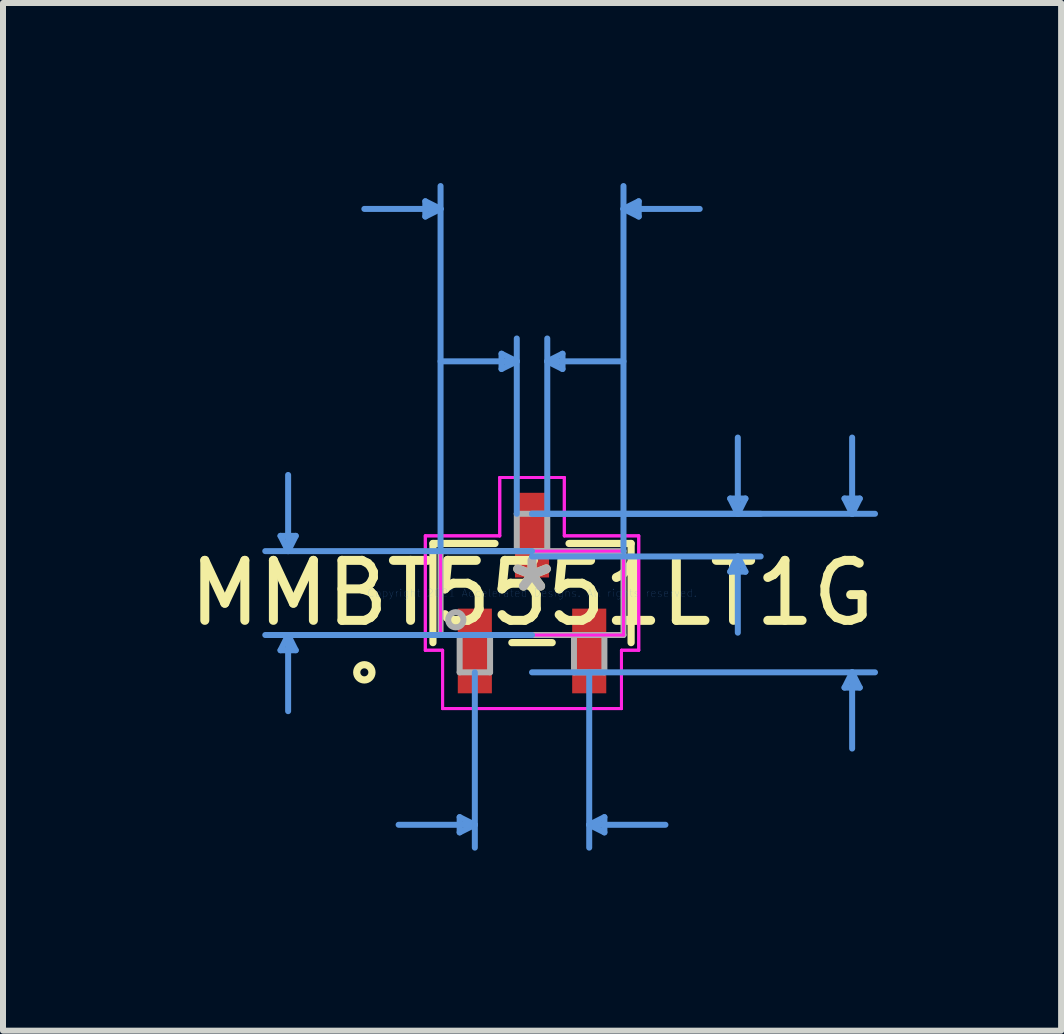
<source format=kicad_pcb>
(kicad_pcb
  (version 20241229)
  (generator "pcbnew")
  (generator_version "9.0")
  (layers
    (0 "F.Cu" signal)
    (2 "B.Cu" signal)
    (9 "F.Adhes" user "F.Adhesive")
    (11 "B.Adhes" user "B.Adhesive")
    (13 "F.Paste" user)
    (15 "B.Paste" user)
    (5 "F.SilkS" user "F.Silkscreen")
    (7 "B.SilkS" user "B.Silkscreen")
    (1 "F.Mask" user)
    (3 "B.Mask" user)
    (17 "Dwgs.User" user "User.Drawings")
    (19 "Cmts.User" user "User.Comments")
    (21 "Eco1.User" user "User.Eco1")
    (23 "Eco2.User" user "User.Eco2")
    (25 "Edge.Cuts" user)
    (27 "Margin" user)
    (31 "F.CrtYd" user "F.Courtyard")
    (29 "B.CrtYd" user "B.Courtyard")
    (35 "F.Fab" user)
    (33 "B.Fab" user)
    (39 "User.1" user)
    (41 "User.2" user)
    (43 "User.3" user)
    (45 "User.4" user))
  (footprint "MMBT5551LT1G"
    (layer "F.Cu")
    (at 5.815 6.832)
    (property "Reference" "MMBT5551LT1G" (at 0 0 0) (layer "F.SilkS") (effects (font (size 1 1) (thickness 0.15))))
    (attr through_hole)
    (fp_line (start -1.651 -0.826) (end -1.651 0.826) (stroke (width 0.12) (type solid)) (layer "F.SilkS"))
    (fp_line (start -0.617 -0.826) (end -1.651 -0.826) (stroke (width 0.12) (type solid)) (layer "F.SilkS"))
    (fp_line (start -0.336 0.826) (end 0.336 0.826) (stroke (width 0.12) (type solid)) (layer "F.SilkS"))
    (fp_line (start 1.651 -0.826) (end 0.617 -0.826) (stroke (width 0.12) (type solid)) (layer "F.SilkS"))
    (fp_line (start 1.651 0.826) (end 1.651 -0.826) (stroke (width 0.12) (type solid)) (layer "F.SilkS"))
    (fp_circle (center -2.794 1.321) (end -2.667 1.321) (stroke (width 0.12) (type solid)) (fill no) (layer "F.SilkS"))
    (fp_line (start -4.191 -0.953) (end -3.937 -0.953) (stroke (width 0.1) (type solid)) (layer "Cmts.User"))
    (fp_line (start -4.191 0.953) (end -3.937 0.953) (stroke (width 0.1) (type solid)) (layer "Cmts.User"))
    (fp_line (start -4.064 -0.699) (end -4.191 -0.953) (stroke (width 0.1) (type solid)) (layer "Cmts.User"))
    (fp_line (start -4.064 -0.699) (end -4.064 -1.968) (stroke (width 0.1) (type solid)) (layer "Cmts.User"))
    (fp_line (start -4.064 -0.699) (end -3.937 -0.953) (stroke (width 0.1) (type solid)) (layer "Cmts.User"))
    (fp_line (start -4.064 0.699) (end -4.191 0.953) (stroke (width 0.1) (type solid)) (layer "Cmts.User"))
    (fp_line (start -4.064 0.699) (end -4.064 1.968) (stroke (width 0.1) (type solid)) (layer "Cmts.User"))
    (fp_line (start -4.064 0.699) (end -3.937 0.953) (stroke (width 0.1) (type solid)) (layer "Cmts.User"))
    (fp_line (start -1.778 -6.528) (end -1.778 -6.274) (stroke (width 0.1) (type solid)) (layer "Cmts.User"))
    (fp_line (start -1.524 -6.401) (end -2.794 -6.401) (stroke (width 0.1) (type solid)) (layer "Cmts.User"))
    (fp_line (start -1.524 -6.401) (end -1.778 -6.528) (stroke (width 0.1) (type solid)) (layer "Cmts.User"))
    (fp_line (start -1.524 -6.401) (end -1.778 -6.274) (stroke (width 0.1) (type solid)) (layer "Cmts.User"))
    (fp_line (start -1.524 -0.699) (end -1.524 -6.782) (stroke (width 0.1) (type solid)) (layer "Cmts.User"))
    (fp_line (start -1.206 3.734) (end -1.206 3.988) (stroke (width 0.1) (type solid)) (layer "Cmts.User"))
    (fp_line (start -0.953 1.321) (end -0.953 4.242) (stroke (width 0.1) (type solid)) (layer "Cmts.User"))
    (fp_line (start -0.953 3.861) (end -2.223 3.861) (stroke (width 0.1) (type solid)) (layer "Cmts.User"))
    (fp_line (start -0.953 3.861) (end -1.206 3.734) (stroke (width 0.1) (type solid)) (layer "Cmts.User"))
    (fp_line (start -0.953 3.861) (end -1.206 3.988) (stroke (width 0.1) (type solid)) (layer "Cmts.User"))
    (fp_line (start -0.508 -3.988) (end -0.508 -3.734) (stroke (width 0.1) (type solid)) (layer "Cmts.User"))
    (fp_line (start -0.254 -3.861) (end -1.524 -3.861) (stroke (width 0.1) (type solid)) (layer "Cmts.User"))
    (fp_line (start -0.254 -3.861) (end -0.508 -3.988) (stroke (width 0.1) (type solid)) (layer "Cmts.User"))
    (fp_line (start -0.254 -3.861) (end -0.508 -3.734) (stroke (width 0.1) (type solid)) (layer "Cmts.User"))
    (fp_line (start -0.254 -1.321) (end -0.254 -4.242) (stroke (width 0.1) (type solid)) (layer "Cmts.User"))
    (fp_line (start 0 -1.321) (end 3.81 -1.321) (stroke (width 0.1) (type solid)) (layer "Cmts.User"))
    (fp_line (start 0 -1.321) (end 5.715 -1.321) (stroke (width 0.1) (type solid)) (layer "Cmts.User"))
    (fp_line (start 0 -0.699) (end -4.445 -0.699) (stroke (width 0.1) (type solid)) (layer "Cmts.User"))
    (fp_line (start 0 -0.61) (end 3.81 -0.61) (stroke (width 0.1) (type solid)) (layer "Cmts.User"))
    (fp_line (start 0 0.699) (end -4.445 0.699) (stroke (width 0.1) (type solid)) (layer "Cmts.User"))
    (fp_line (start 0 1.321) (end 5.715 1.321) (stroke (width 0.1) (type solid)) (layer "Cmts.User"))
    (fp_line (start 0.254 -3.861) (end 0.508 -3.988) (stroke (width 0.1) (type solid)) (layer "Cmts.User"))
    (fp_line (start 0.254 -3.861) (end 0.508 -3.734) (stroke (width 0.1) (type solid)) (layer "Cmts.User"))
    (fp_line (start 0.254 -3.861) (end 1.524 -3.861) (stroke (width 0.1) (type solid)) (layer "Cmts.User"))
    (fp_line (start 0.254 -1.321) (end 0.254 -4.242) (stroke (width 0.1) (type solid)) (layer "Cmts.User"))
    (fp_line (start 0.508 -3.988) (end 0.508 -3.734) (stroke (width 0.1) (type solid)) (layer "Cmts.User"))
    (fp_line (start 0.953 1.321) (end 0.953 4.242) (stroke (width 0.1) (type solid)) (layer "Cmts.User"))
    (fp_line (start 0.953 3.861) (end 1.206 3.734) (stroke (width 0.1) (type solid)) (layer "Cmts.User"))
    (fp_line (start 0.953 3.861) (end 1.206 3.988) (stroke (width 0.1) (type solid)) (layer "Cmts.User"))
    (fp_line (start 0.953 3.861) (end 2.223 3.861) (stroke (width 0.1) (type solid)) (layer "Cmts.User"))
    (fp_line (start 1.206 3.734) (end 1.206 3.988) (stroke (width 0.1) (type solid)) (layer "Cmts.User"))
    (fp_line (start 1.524 -6.401) (end 1.778 -6.528) (stroke (width 0.1) (type solid)) (layer "Cmts.User"))
    (fp_line (start 1.524 -6.401) (end 1.778 -6.274) (stroke (width 0.1) (type solid)) (layer "Cmts.User"))
    (fp_line (start 1.524 -6.401) (end 2.794 -6.401) (stroke (width 0.1) (type solid)) (layer "Cmts.User"))
    (fp_line (start 1.524 -0.699) (end 1.524 -6.782) (stroke (width 0.1) (type solid)) (layer "Cmts.User"))
    (fp_line (start 1.778 -6.528) (end 1.778 -6.274) (stroke (width 0.1) (type solid)) (layer "Cmts.User"))
    (fp_line (start 3.302 -1.575) (end 3.556 -1.575) (stroke (width 0.1) (type solid)) (layer "Cmts.User"))
    (fp_line (start 3.302 -0.356) (end 3.556 -0.356) (stroke (width 0.1) (type solid)) (layer "Cmts.User"))
    (fp_line (start 3.429 -1.321) (end 3.302 -1.575) (stroke (width 0.1) (type solid)) (layer "Cmts.User"))
    (fp_line (start 3.429 -1.321) (end 3.429 -2.591) (stroke (width 0.1) (type solid)) (layer "Cmts.User"))
    (fp_line (start 3.429 -1.321) (end 3.556 -1.575) (stroke (width 0.1) (type solid)) (layer "Cmts.User"))
    (fp_line (start 3.429 -0.61) (end 3.302 -0.356) (stroke (width 0.1) (type solid)) (layer "Cmts.User"))
    (fp_line (start 3.429 -0.61) (end 3.429 0.66) (stroke (width 0.1) (type solid)) (layer "Cmts.User"))
    (fp_line (start 3.429 -0.61) (end 3.556 -0.356) (stroke (width 0.1) (type solid)) (layer "Cmts.User"))
    (fp_line (start 5.207 -1.575) (end 5.461 -1.575) (stroke (width 0.1) (type solid)) (layer "Cmts.User"))
    (fp_line (start 5.207 1.575) (end 5.461 1.575) (stroke (width 0.1) (type solid)) (layer "Cmts.User"))
    (fp_line (start 5.334 -1.321) (end 5.207 -1.575) (stroke (width 0.1) (type solid)) (layer "Cmts.User"))
    (fp_line (start 5.334 -1.321) (end 5.334 -2.591) (stroke (width 0.1) (type solid)) (layer "Cmts.User"))
    (fp_line (start 5.334 -1.321) (end 5.461 -1.575) (stroke (width 0.1) (type solid)) (layer "Cmts.User"))
    (fp_line (start 5.334 1.321) (end 5.207 1.575) (stroke (width 0.1) (type solid)) (layer "Cmts.User"))
    (fp_line (start 5.334 1.321) (end 5.334 2.591) (stroke (width 0.1) (type solid)) (layer "Cmts.User"))
    (fp_line (start 5.334 1.321) (end 5.461 1.575) (stroke (width 0.1) (type solid)) (layer "Cmts.User"))
    (fp_line (start -1.778 -0.953) (end -0.538 -0.953) (stroke (width 0.05) (type solid)) (layer "F.CrtYd"))
    (fp_line (start -1.778 -0.953) (end -0.538 -0.953) (stroke (width 0.05) (type solid)) (layer "F.CrtYd"))
    (fp_line (start -1.778 0.953) (end -1.778 -0.953) (stroke (width 0.05) (type solid)) (layer "F.CrtYd"))
    (fp_line (start -1.778 0.953) (end -1.778 -0.953) (stroke (width 0.05) (type solid)) (layer "F.CrtYd"))
    (fp_line (start -1.778 0.953) (end -1.49 0.953) (stroke (width 0.05) (type solid)) (layer "F.CrtYd"))
    (fp_line (start -1.524 -0.699) (end 1.524 -0.699) (stroke (width 0.05) (type solid)) (layer "F.CrtYd"))
    (fp_line (start -1.524 0.699) (end -1.524 -0.699) (stroke (width 0.05) (type solid)) (layer "F.CrtYd"))
    (fp_line (start -1.49 0.953) (end -1.778 0.953) (stroke (width 0.05) (type solid)) (layer "F.CrtYd"))
    (fp_line (start -1.49 0.953) (end -1.49 1.925) (stroke (width 0.05) (type solid)) (layer "F.CrtYd"))
    (fp_line (start -1.49 1.925) (end -1.49 0.953) (stroke (width 0.05) (type solid)) (layer "F.CrtYd"))
    (fp_line (start -1.49 1.925) (end 1.49 1.925) (stroke (width 0.05) (type solid)) (layer "F.CrtYd"))
    (fp_line (start -0.538 -1.925) (end 0.538 -1.925) (stroke (width 0.05) (type solid)) (layer "F.CrtYd"))
    (fp_line (start -0.538 -1.925) (end 0.538 -1.925) (stroke (width 0.05) (type solid)) (layer "F.CrtYd"))
    (fp_line (start -0.538 -0.953) (end -0.538 -1.925) (stroke (width 0.05) (type solid)) (layer "F.CrtYd"))
    (fp_line (start -0.538 -0.953) (end -0.538 -1.925) (stroke (width 0.05) (type solid)) (layer "F.CrtYd"))
    (fp_line (start 0.538 -1.925) (end 0.538 -0.953) (stroke (width 0.05) (type solid)) (layer "F.CrtYd"))
    (fp_line (start 0.538 -0.953) (end 0.538 -1.925) (stroke (width 0.05) (type solid)) (layer "F.CrtYd"))
    (fp_line (start 0.538 -0.953) (end 1.778 -0.953) (stroke (width 0.05) (type solid)) (layer "F.CrtYd"))
    (fp_line (start 1.49 0.953) (end 1.49 1.925) (stroke (width 0.05) (type solid)) (layer "F.CrtYd"))
    (fp_line (start 1.49 0.953) (end 1.49 1.925) (stroke (width 0.05) (type solid)) (layer "F.CrtYd"))
    (fp_line (start 1.49 1.925) (end -1.49 1.925) (stroke (width 0.05) (type solid)) (layer "F.CrtYd"))
    (fp_line (start 1.524 -0.699) (end 1.524 0.699) (stroke (width 0.05) (type solid)) (layer "F.CrtYd"))
    (fp_line (start 1.524 0.699) (end -1.524 0.699) (stroke (width 0.05) (type solid)) (layer "F.CrtYd"))
    (fp_line (start 1.778 -0.953) (end 0.538 -0.953) (stroke (width 0.05) (type solid)) (layer "F.CrtYd"))
    (fp_line (start 1.778 -0.953) (end 1.778 0.953) (stroke (width 0.05) (type solid)) (layer "F.CrtYd"))
    (fp_line (start 1.778 -0.953) (end 1.778 0.953) (stroke (width 0.05) (type solid)) (layer "F.CrtYd"))
    (fp_line (start 1.778 0.953) (end 1.49 0.953) (stroke (width 0.05) (type solid)) (layer "F.CrtYd"))
    (fp_line (start 1.778 0.953) (end 1.49 0.953) (stroke (width 0.05) (type solid)) (layer "F.CrtYd"))
    (fp_line (start -1.524 -0.699) (end -1.524 0.699) (stroke (width 0.1) (type solid)) (layer "F.Fab"))
    (fp_line (start -1.524 0.699) (end 1.524 0.699) (stroke (width 0.1) (type solid)) (layer "F.Fab"))
    (fp_line (start -1.206 0.699) (end -1.206 1.321) (stroke (width 0.1) (type solid)) (layer "F.Fab"))
    (fp_line (start -1.206 1.321) (end -0.699 1.321) (stroke (width 0.1) (type solid)) (layer "F.Fab"))
    (fp_line (start -0.699 0.699) (end -1.206 0.699) (stroke (width 0.1) (type solid)) (layer "F.Fab"))
    (fp_line (start -0.699 1.321) (end -0.699 0.699) (stroke (width 0.1) (type solid)) (layer "F.Fab"))
    (fp_line (start -0.254 -1.321) (end -0.254 -0.699) (stroke (width 0.1) (type solid)) (layer "F.Fab"))
    (fp_line (start -0.254 -0.699) (end 0.254 -0.699) (stroke (width 0.1) (type solid)) (layer "F.Fab"))
    (fp_line (start 0.254 -1.321) (end -0.254 -1.321) (stroke (width 0.1) (type solid)) (layer "F.Fab"))
    (fp_line (start 0.254 -0.699) (end 0.254 -1.321) (stroke (width 0.1) (type solid)) (layer "F.Fab"))
    (fp_line (start 0.699 0.699) (end 0.699 1.321) (stroke (width 0.1) (type solid)) (layer "F.Fab"))
    (fp_line (start 0.699 1.321) (end 1.206 1.321) (stroke (width 0.1) (type solid)) (layer "F.Fab"))
    (fp_line (start 1.206 0.699) (end 0.699 0.699) (stroke (width 0.1) (type solid)) (layer "F.Fab"))
    (fp_line (start 1.206 1.321) (end 1.206 0.699) (stroke (width 0.1) (type solid)) (layer "F.Fab"))
    (fp_line (start 1.524 -0.699) (end -1.524 -0.699) (stroke (width 0.1) (type solid)) (layer "F.Fab"))
    (fp_line (start 1.524 0.699) (end 1.524 -0.699) (stroke (width 0.1) (type solid)) (layer "F.Fab"))
    (fp_circle (center -1.27 0.445) (end -1.143 0.445) (stroke (width 0.1) (type solid)) (fill no) (layer "F.Fab"))
    (fp_text user "*" (at 0 0 0) (layer "F.SilkS") (effects (font (size 1 1) (thickness 0.15))))
    (fp_text user "Copyright 2021 Accelerated Designs. All rights reserved." (at 0 0 0) (layer "Cmts.User") (effects (font (size 0.127 0.127) (thickness 0.002))))
    (fp_text user "*" (at 0 0 0) (layer "F.Fab") (effects (font (size 1 1) (thickness 0.15))))
    (pad "1" smd rect (at -0.953 0.965) (size 0.568 1.411) (layers "F.Cu" "F.Mask" "F.Paste"))
    (pad "2" smd rect (at 0.953 0.965) (size 0.568 1.411) (layers "F.Cu" "F.Mask" "F.Paste"))
    (pad "3" smd rect (at 0 -0.965) (size 0.568 1.411) (layers "F.Cu" "F.Mask" "F.Paste")))
  (gr_rect
    (start -3 -3)
    (end 14.631 14.124)
    (stroke (width 0.1) (type default))
    (fill no)
    (layer "Edge.Cuts")))
</source>
